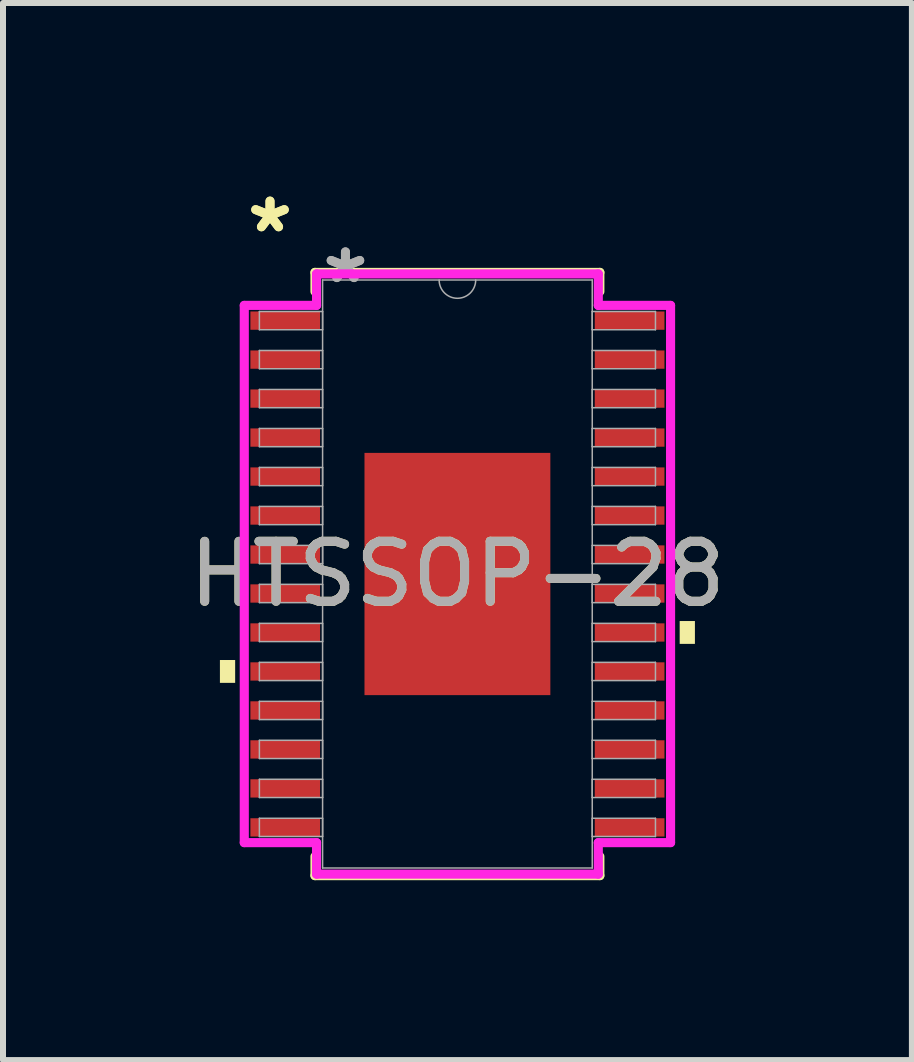
<source format=kicad_pcb>
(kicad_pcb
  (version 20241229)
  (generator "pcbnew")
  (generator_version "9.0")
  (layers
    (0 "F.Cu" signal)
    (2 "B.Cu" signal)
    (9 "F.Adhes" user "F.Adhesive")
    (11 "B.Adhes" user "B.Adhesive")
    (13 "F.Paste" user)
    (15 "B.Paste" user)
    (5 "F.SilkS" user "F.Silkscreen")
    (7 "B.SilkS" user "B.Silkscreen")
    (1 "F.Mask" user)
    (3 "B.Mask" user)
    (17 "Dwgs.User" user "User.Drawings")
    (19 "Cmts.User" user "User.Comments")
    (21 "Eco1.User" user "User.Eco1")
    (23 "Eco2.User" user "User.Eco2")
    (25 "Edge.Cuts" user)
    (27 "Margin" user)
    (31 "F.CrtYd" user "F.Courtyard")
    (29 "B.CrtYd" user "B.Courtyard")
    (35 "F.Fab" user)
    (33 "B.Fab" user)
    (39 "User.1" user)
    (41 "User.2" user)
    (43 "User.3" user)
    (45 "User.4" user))
  (footprint "HTSSOP-28"
    (layer "F.Cu")
    (at 4.577 6.521)
    (property "Reference" "HTSSOP-28" (at 0 0 0) (unlocked yes) (layer "F.SilkS") (effects (font (size 1 1) (thickness 0.15))))
    (attr smd)
    (fp_line (start -2.375 -5.029) (end -2.375 -4.71) (stroke (width 0.152) (type solid)) (layer "F.SilkS"))
    (fp_line (start -2.375 4.71) (end -2.375 5.029) (stroke (width 0.152) (type solid)) (layer "F.SilkS"))
    (fp_line (start -2.375 5.029) (end 2.375 5.029) (stroke (width 0.152) (type solid)) (layer "F.SilkS"))
    (fp_line (start 2.375 -5.029) (end -2.375 -5.029) (stroke (width 0.152) (type solid)) (layer "F.SilkS"))
    (fp_line (start 2.375 -4.71) (end 2.375 -5.029) (stroke (width 0.152) (type solid)) (layer "F.SilkS"))
    (fp_line (start 2.375 5.029) (end 2.375 4.71) (stroke (width 0.152) (type solid)) (layer "F.SilkS"))
    (fp_poly (pts (xy -3.96 1.434) (xy -3.96 1.815) (xy -3.706 1.815) (xy -3.706 1.434)) (stroke (width 0) (type solid)) (fill yes) (layer "F.SilkS"))
    (fp_poly (pts (xy 3.96 0.784) (xy 3.96 1.165) (xy 3.706 1.165) (xy 3.706 0.784)) (stroke (width 0) (type solid)) (fill yes) (layer "F.SilkS"))
    (fp_poly (pts (xy -1.449 -1.919) (xy -1.449 -0.773) (xy -0.1 -0.773) (xy -0.1 -1.919)) (stroke (width 0) (type solid)) (fill yes) (layer "F.Paste"))
    (fp_poly (pts (xy -1.449 -0.573) (xy -1.449 0.573) (xy -0.1 0.573) (xy -0.1 -0.573)) (stroke (width 0) (type solid)) (fill yes) (layer "F.Paste"))
    (fp_poly (pts (xy -1.449 0.773) (xy -1.449 1.919) (xy -0.1 1.919) (xy -0.1 0.773)) (stroke (width 0) (type solid)) (fill yes) (layer "F.Paste"))
    (fp_poly (pts (xy 0.1 -1.919) (xy 0.1 -0.773) (xy 1.449 -0.773) (xy 1.449 -1.919)) (stroke (width 0) (type solid)) (fill yes) (layer "F.Paste"))
    (fp_poly (pts (xy 0.1 -0.573) (xy 0.1 0.573) (xy 1.449 0.573) (xy 1.449 -0.573)) (stroke (width 0) (type solid)) (fill yes) (layer "F.Paste"))
    (fp_poly (pts (xy 0.1 0.773) (xy 0.1 1.919) (xy 1.449 1.919) (xy 1.449 0.773)) (stroke (width 0) (type solid)) (fill yes) (layer "F.Paste"))
    (fp_line (start -3.554 -4.479) (end -2.349 -4.479) (stroke (width 0.152) (type solid)) (layer "F.CrtYd"))
    (fp_line (start -3.554 4.479) (end -3.554 -4.479) (stroke (width 0.152) (type solid)) (layer "F.CrtYd"))
    (fp_line (start -3.554 4.479) (end -2.349 4.479) (stroke (width 0.152) (type solid)) (layer "F.CrtYd"))
    (fp_line (start -2.349 -5.004) (end 2.349 -5.004) (stroke (width 0.152) (type solid)) (layer "F.CrtYd"))
    (fp_line (start -2.349 -4.479) (end -2.349 -5.004) (stroke (width 0.152) (type solid)) (layer "F.CrtYd"))
    (fp_line (start -2.349 5.004) (end -2.349 4.479) (stroke (width 0.152) (type solid)) (layer "F.CrtYd"))
    (fp_line (start 2.349 -5.004) (end 2.349 -4.479) (stroke (width 0.152) (type solid)) (layer "F.CrtYd"))
    (fp_line (start 2.349 4.479) (end 2.349 5.004) (stroke (width 0.152) (type solid)) (layer "F.CrtYd"))
    (fp_line (start 2.349 5.004) (end -2.349 5.004) (stroke (width 0.152) (type solid)) (layer "F.CrtYd"))
    (fp_line (start 3.554 -4.479) (end 2.349 -4.479) (stroke (width 0.152) (type solid)) (layer "F.CrtYd"))
    (fp_line (start 3.554 -4.479) (end 3.554 4.479) (stroke (width 0.152) (type solid)) (layer "F.CrtYd"))
    (fp_line (start 3.554 4.479) (end 2.349 4.479) (stroke (width 0.152) (type solid)) (layer "F.CrtYd"))
    (fp_line (start -3.302 -4.377) (end -3.302 -4.073) (stroke (width 0.025) (type solid)) (layer "F.Fab"))
    (fp_line (start -3.302 -4.073) (end -2.248 -4.073) (stroke (width 0.025) (type solid)) (layer "F.Fab"))
    (fp_line (start -3.302 -3.727) (end -3.302 -3.423) (stroke (width 0.025) (type solid)) (layer "F.Fab"))
    (fp_line (start -3.302 -3.423) (end -2.248 -3.423) (stroke (width 0.025) (type solid)) (layer "F.Fab"))
    (fp_line (start -3.302 -3.077) (end -3.302 -2.773) (stroke (width 0.025) (type solid)) (layer "F.Fab"))
    (fp_line (start -3.302 -2.773) (end -2.248 -2.773) (stroke (width 0.025) (type solid)) (layer "F.Fab"))
    (fp_line (start -3.302 -2.427) (end -3.302 -2.123) (stroke (width 0.025) (type solid)) (layer "F.Fab"))
    (fp_line (start -3.302 -2.123) (end -2.248 -2.123) (stroke (width 0.025) (type solid)) (layer "F.Fab"))
    (fp_line (start -3.302 -1.777) (end -3.302 -1.473) (stroke (width 0.025) (type solid)) (layer "F.Fab"))
    (fp_line (start -3.302 -1.473) (end -2.248 -1.473) (stroke (width 0.025) (type solid)) (layer "F.Fab"))
    (fp_line (start -3.302 -1.127) (end -3.302 -0.823) (stroke (width 0.025) (type solid)) (layer "F.Fab"))
    (fp_line (start -3.302 -0.823) (end -2.248 -0.823) (stroke (width 0.025) (type solid)) (layer "F.Fab"))
    (fp_line (start -3.302 -0.477) (end -3.302 -0.173) (stroke (width 0.025) (type solid)) (layer "F.Fab"))
    (fp_line (start -3.302 -0.173) (end -2.248 -0.173) (stroke (width 0.025) (type solid)) (layer "F.Fab"))
    (fp_line (start -3.302 0.173) (end -3.302 0.477) (stroke (width 0.025) (type solid)) (layer "F.Fab"))
    (fp_line (start -3.302 0.477) (end -2.248 0.477) (stroke (width 0.025) (type solid)) (layer "F.Fab"))
    (fp_line (start -3.302 0.823) (end -3.302 1.127) (stroke (width 0.025) (type solid)) (layer "F.Fab"))
    (fp_line (start -3.302 1.127) (end -2.248 1.127) (stroke (width 0.025) (type solid)) (layer "F.Fab"))
    (fp_line (start -3.302 1.473) (end -3.302 1.777) (stroke (width 0.025) (type solid)) (layer "F.Fab"))
    (fp_line (start -3.302 1.777) (end -2.248 1.777) (stroke (width 0.025) (type solid)) (layer "F.Fab"))
    (fp_line (start -3.302 2.123) (end -3.302 2.427) (stroke (width 0.025) (type solid)) (layer "F.Fab"))
    (fp_line (start -3.302 2.427) (end -2.248 2.427) (stroke (width 0.025) (type solid)) (layer "F.Fab"))
    (fp_line (start -3.302 2.773) (end -3.302 3.077) (stroke (width 0.025) (type solid)) (layer "F.Fab"))
    (fp_line (start -3.302 3.077) (end -2.248 3.077) (stroke (width 0.025) (type solid)) (layer "F.Fab"))
    (fp_line (start -3.302 3.423) (end -3.302 3.727) (stroke (width 0.025) (type solid)) (layer "F.Fab"))
    (fp_line (start -3.302 3.727) (end -2.248 3.727) (stroke (width 0.025) (type solid)) (layer "F.Fab"))
    (fp_line (start -3.302 4.073) (end -3.302 4.377) (stroke (width 0.025) (type solid)) (layer "F.Fab"))
    (fp_line (start -3.302 4.377) (end -2.248 4.377) (stroke (width 0.025) (type solid)) (layer "F.Fab"))
    (fp_line (start -2.248 -4.902) (end -2.248 4.902) (stroke (width 0.025) (type solid)) (layer "F.Fab"))
    (fp_line (start -2.248 -4.377) (end -3.302 -4.377) (stroke (width 0.025) (type solid)) (layer "F.Fab"))
    (fp_line (start -2.248 -4.073) (end -2.248 -4.377) (stroke (width 0.025) (type solid)) (layer "F.Fab"))
    (fp_line (start -2.248 -3.727) (end -3.302 -3.727) (stroke (width 0.025) (type solid)) (layer "F.Fab"))
    (fp_line (start -2.248 -3.423) (end -2.248 -3.727) (stroke (width 0.025) (type solid)) (layer "F.Fab"))
    (fp_line (start -2.248 -3.077) (end -3.302 -3.077) (stroke (width 0.025) (type solid)) (layer "F.Fab"))
    (fp_line (start -2.248 -2.773) (end -2.248 -3.077) (stroke (width 0.025) (type solid)) (layer "F.Fab"))
    (fp_line (start -2.248 -2.427) (end -3.302 -2.427) (stroke (width 0.025) (type solid)) (layer "F.Fab"))
    (fp_line (start -2.248 -2.123) (end -2.248 -2.427) (stroke (width 0.025) (type solid)) (layer "F.Fab"))
    (fp_line (start -2.248 -1.777) (end -3.302 -1.777) (stroke (width 0.025) (type solid)) (layer "F.Fab"))
    (fp_line (start -2.248 -1.473) (end -2.248 -1.777) (stroke (width 0.025) (type solid)) (layer "F.Fab"))
    (fp_line (start -2.248 -1.127) (end -3.302 -1.127) (stroke (width 0.025) (type solid)) (layer "F.Fab"))
    (fp_line (start -2.248 -0.823) (end -2.248 -1.127) (stroke (width 0.025) (type solid)) (layer "F.Fab"))
    (fp_line (start -2.248 -0.477) (end -3.302 -0.477) (stroke (width 0.025) (type solid)) (layer "F.Fab"))
    (fp_line (start -2.248 -0.173) (end -2.248 -0.477) (stroke (width 0.025) (type solid)) (layer "F.Fab"))
    (fp_line (start -2.248 0.173) (end -3.302 0.173) (stroke (width 0.025) (type solid)) (layer "F.Fab"))
    (fp_line (start -2.248 0.477) (end -2.248 0.173) (stroke (width 0.025) (type solid)) (layer "F.Fab"))
    (fp_line (start -2.248 0.823) (end -3.302 0.823) (stroke (width 0.025) (type solid)) (layer "F.Fab"))
    (fp_line (start -2.248 1.127) (end -2.248 0.823) (stroke (width 0.025) (type solid)) (layer "F.Fab"))
    (fp_line (start -2.248 1.473) (end -3.302 1.473) (stroke (width 0.025) (type solid)) (layer "F.Fab"))
    (fp_line (start -2.248 1.777) (end -2.248 1.473) (stroke (width 0.025) (type solid)) (layer "F.Fab"))
    (fp_line (start -2.248 2.123) (end -3.302 2.123) (stroke (width 0.025) (type solid)) (layer "F.Fab"))
    (fp_line (start -2.248 2.427) (end -2.248 2.123) (stroke (width 0.025) (type solid)) (layer "F.Fab"))
    (fp_line (start -2.248 2.773) (end -3.302 2.773) (stroke (width 0.025) (type solid)) (layer "F.Fab"))
    (fp_line (start -2.248 3.077) (end -2.248 2.773) (stroke (width 0.025) (type solid)) (layer "F.Fab"))
    (fp_line (start -2.248 3.423) (end -3.302 3.423) (stroke (width 0.025) (type solid)) (layer "F.Fab"))
    (fp_line (start -2.248 3.727) (end -2.248 3.423) (stroke (width 0.025) (type solid)) (layer "F.Fab"))
    (fp_line (start -2.248 4.073) (end -3.302 4.073) (stroke (width 0.025) (type solid)) (layer "F.Fab"))
    (fp_line (start -2.248 4.377) (end -2.248 4.073) (stroke (width 0.025) (type solid)) (layer "F.Fab"))
    (fp_line (start -2.248 4.902) (end 2.248 4.902) (stroke (width 0.025) (type solid)) (layer "F.Fab"))
    (fp_line (start 2.248 -4.902) (end -2.248 -4.902) (stroke (width 0.025) (type solid)) (layer "F.Fab"))
    (fp_line (start 2.248 -4.377) (end 2.248 -4.073) (stroke (width 0.025) (type solid)) (layer "F.Fab"))
    (fp_line (start 2.248 -4.073) (end 3.302 -4.073) (stroke (width 0.025) (type solid)) (layer "F.Fab"))
    (fp_line (start 2.248 -3.727) (end 2.248 -3.423) (stroke (width 0.025) (type solid)) (layer "F.Fab"))
    (fp_line (start 2.248 -3.423) (end 3.302 -3.423) (stroke (width 0.025) (type solid)) (layer "F.Fab"))
    (fp_line (start 2.248 -3.077) (end 2.248 -2.773) (stroke (width 0.025) (type solid)) (layer "F.Fab"))
    (fp_line (start 2.248 -2.773) (end 3.302 -2.773) (stroke (width 0.025) (type solid)) (layer "F.Fab"))
    (fp_line (start 2.248 -2.427) (end 2.248 -2.123) (stroke (width 0.025) (type solid)) (layer "F.Fab"))
    (fp_line (start 2.248 -2.123) (end 3.302 -2.123) (stroke (width 0.025) (type solid)) (layer "F.Fab"))
    (fp_line (start 2.248 -1.777) (end 2.248 -1.473) (stroke (width 0.025) (type solid)) (layer "F.Fab"))
    (fp_line (start 2.248 -1.473) (end 3.302 -1.473) (stroke (width 0.025) (type solid)) (layer "F.Fab"))
    (fp_line (start 2.248 -1.127) (end 2.248 -0.823) (stroke (width 0.025) (type solid)) (layer "F.Fab"))
    (fp_line (start 2.248 -0.823) (end 3.302 -0.823) (stroke (width 0.025) (type solid)) (layer "F.Fab"))
    (fp_line (start 2.248 -0.477) (end 2.248 -0.173) (stroke (width 0.025) (type solid)) (layer "F.Fab"))
    (fp_line (start 2.248 -0.173) (end 3.302 -0.173) (stroke (width 0.025) (type solid)) (layer "F.Fab"))
    (fp_line (start 2.248 0.173) (end 2.248 0.477) (stroke (width 0.025) (type solid)) (layer "F.Fab"))
    (fp_line (start 2.248 0.477) (end 3.302 0.477) (stroke (width 0.025) (type solid)) (layer "F.Fab"))
    (fp_line (start 2.248 0.823) (end 2.248 1.127) (stroke (width 0.025) (type solid)) (layer "F.Fab"))
    (fp_line (start 2.248 1.127) (end 3.302 1.127) (stroke (width 0.025) (type solid)) (layer "F.Fab"))
    (fp_line (start 2.248 1.473) (end 2.248 1.777) (stroke (width 0.025) (type solid)) (layer "F.Fab"))
    (fp_line (start 2.248 1.777) (end 3.302 1.777) (stroke (width 0.025) (type solid)) (layer "F.Fab"))
    (fp_line (start 2.248 2.123) (end 2.248 2.427) (stroke (width 0.025) (type solid)) (layer "F.Fab"))
    (fp_line (start 2.248 2.427) (end 3.302 2.427) (stroke (width 0.025) (type solid)) (layer "F.Fab"))
    (fp_line (start 2.248 2.773) (end 2.248 3.077) (stroke (width 0.025) (type solid)) (layer "F.Fab"))
    (fp_line (start 2.248 3.077) (end 3.302 3.077) (stroke (width 0.025) (type solid)) (layer "F.Fab"))
    (fp_line (start 2.248 3.423) (end 2.248 3.727) (stroke (width 0.025) (type solid)) (layer "F.Fab"))
    (fp_line (start 2.248 3.727) (end 3.302 3.727) (stroke (width 0.025) (type solid)) (layer "F.Fab"))
    (fp_line (start 2.248 4.073) (end 2.248 4.377) (stroke (width 0.025) (type solid)) (layer "F.Fab"))
    (fp_line (start 2.248 4.377) (end 3.302 4.377) (stroke (width 0.025) (type solid)) (layer "F.Fab"))
    (fp_line (start 2.248 4.902) (end 2.248 -4.902) (stroke (width 0.025) (type solid)) (layer "F.Fab"))
    (fp_line (start 3.302 -4.377) (end 2.248 -4.377) (stroke (width 0.025) (type solid)) (layer "F.Fab"))
    (fp_line (start 3.302 -4.073) (end 3.302 -4.377) (stroke (width 0.025) (type solid)) (layer "F.Fab"))
    (fp_line (start 3.302 -3.727) (end 2.248 -3.727) (stroke (width 0.025) (type solid)) (layer "F.Fab"))
    (fp_line (start 3.302 -3.423) (end 3.302 -3.727) (stroke (width 0.025) (type solid)) (layer "F.Fab"))
    (fp_line (start 3.302 -3.077) (end 2.248 -3.077) (stroke (width 0.025) (type solid)) (layer "F.Fab"))
    (fp_line (start 3.302 -2.773) (end 3.302 -3.077) (stroke (width 0.025) (type solid)) (layer "F.Fab"))
    (fp_line (start 3.302 -2.427) (end 2.248 -2.427) (stroke (width 0.025) (type solid)) (layer "F.Fab"))
    (fp_line (start 3.302 -2.123) (end 3.302 -2.427) (stroke (width 0.025) (type solid)) (layer "F.Fab"))
    (fp_line (start 3.302 -1.777) (end 2.248 -1.777) (stroke (width 0.025) (type solid)) (layer "F.Fab"))
    (fp_line (start 3.302 -1.473) (end 3.302 -1.777) (stroke (width 0.025) (type solid)) (layer "F.Fab"))
    (fp_line (start 3.302 -1.127) (end 2.248 -1.127) (stroke (width 0.025) (type solid)) (layer "F.Fab"))
    (fp_line (start 3.302 -0.823) (end 3.302 -1.127) (stroke (width 0.025) (type solid)) (layer "F.Fab"))
    (fp_line (start 3.302 -0.477) (end 2.248 -0.477) (stroke (width 0.025) (type solid)) (layer "F.Fab"))
    (fp_line (start 3.302 -0.173) (end 3.302 -0.477) (stroke (width 0.025) (type solid)) (layer "F.Fab"))
    (fp_line (start 3.302 0.173) (end 2.248 0.173) (stroke (width 0.025) (type solid)) (layer "F.Fab"))
    (fp_line (start 3.302 0.477) (end 3.302 0.173) (stroke (width 0.025) (type solid)) (layer "F.Fab"))
    (fp_line (start 3.302 0.823) (end 2.248 0.823) (stroke (width 0.025) (type solid)) (layer "F.Fab"))
    (fp_line (start 3.302 1.127) (end 3.302 0.823) (stroke (width 0.025) (type solid)) (layer "F.Fab"))
    (fp_line (start 3.302 1.473) (end 2.248 1.473) (stroke (width 0.025) (type solid)) (layer "F.Fab"))
    (fp_line (start 3.302 1.777) (end 3.302 1.473) (stroke (width 0.025) (type solid)) (layer "F.Fab"))
    (fp_line (start 3.302 2.123) (end 2.248 2.123) (stroke (width 0.025) (type solid)) (layer "F.Fab"))
    (fp_line (start 3.302 2.427) (end 3.302 2.123) (stroke (width 0.025) (type solid)) (layer "F.Fab"))
    (fp_line (start 3.302 2.773) (end 2.248 2.773) (stroke (width 0.025) (type solid)) (layer "F.Fab"))
    (fp_line (start 3.302 3.077) (end 3.302 2.773) (stroke (width 0.025) (type solid)) (layer "F.Fab"))
    (fp_line (start 3.302 3.423) (end 2.248 3.423) (stroke (width 0.025) (type solid)) (layer "F.Fab"))
    (fp_line (start 3.302 3.727) (end 3.302 3.423) (stroke (width 0.025) (type solid)) (layer "F.Fab"))
    (fp_line (start 3.302 4.073) (end 2.248 4.073) (stroke (width 0.025) (type solid)) (layer "F.Fab"))
    (fp_line (start 3.302 4.377) (end 3.302 4.073) (stroke (width 0.025) (type solid)) (layer "F.Fab"))
    (fp_arc (start 0.3048 -4.9022) (mid 0 -4.5974) (end -0.3048 -4.9022) (stroke (width 0.0254) (type solid)) (layer "F.Fab"))
    (fp_text user "*" (at -3.125 -5.673 0) (unlocked yes) (layer "F.SilkS") (effects (font (size 1 1) (thickness 0.15))))
    (fp_text user "*" (at -3.125 -5.673 0) (layer "F.SilkS") (effects (font (size 1 1) (thickness 0.15))))
    (fp_text user "*" (at -1.867 -4.826 0) (layer "F.Fab") (effects (font (size 1 1) (thickness 0.15))))
    (fp_text user "${REFERENCE}" (at 0 0 0) (unlocked yes) (layer "F.Fab") (effects (font (size 1 1) (thickness 0.15))))
    (fp_text user "*" (at -1.867 -4.826 0) (unlocked yes) (layer "F.Fab") (effects (font (size 1 1) (thickness 0.15))))
    (pad "1" smd rect (at -2.871 -4.225) (size 1.162 0.305) (layers "F.Cu" "F.Mask" "F.Paste"))
    (pad "2" smd rect (at -2.871 -3.575) (size 1.162 0.305) (layers "F.Cu" "F.Mask" "F.Paste"))
    (pad "3" smd rect (at -2.871 -2.925) (size 1.162 0.305) (layers "F.Cu" "F.Mask" "F.Paste"))
    (pad "4" smd rect (at -2.871 -2.275) (size 1.162 0.305) (layers "F.Cu" "F.Mask" "F.Paste"))
    (pad "5" smd rect (at -2.871 -1.625) (size 1.162 0.305) (layers "F.Cu" "F.Mask" "F.Paste"))
    (pad "6" smd rect (at -2.871 -0.975) (size 1.162 0.305) (layers "F.Cu" "F.Mask" "F.Paste"))
    (pad "7" smd rect (at -2.871 -0.325) (size 1.162 0.305) (layers "F.Cu" "F.Mask" "F.Paste"))
    (pad "8" smd rect (at -2.871 0.325) (size 1.162 0.305) (layers "F.Cu" "F.Mask" "F.Paste"))
    (pad "9" smd rect (at -2.871 0.975) (size 1.162 0.305) (layers "F.Cu" "F.Mask" "F.Paste"))
    (pad "10" smd rect (at -2.871 1.625) (size 1.162 0.305) (layers "F.Cu" "F.Mask" "F.Paste"))
    (pad "11" smd rect (at -2.871 2.275) (size 1.162 0.305) (layers "F.Cu" "F.Mask" "F.Paste"))
    (pad "12" smd rect (at -2.871 2.925) (size 1.162 0.305) (layers "F.Cu" "F.Mask" "F.Paste"))
    (pad "13" smd rect (at -2.871 3.575) (size 1.162 0.305) (layers "F.Cu" "F.Mask" "F.Paste"))
    (pad "14" smd rect (at -2.871 4.225) (size 1.162 0.305) (layers "F.Cu" "F.Mask" "F.Paste"))
    (pad "15" smd rect (at 2.871 4.225) (size 1.162 0.305) (layers "F.Cu" "F.Mask" "F.Paste"))
    (pad "16" smd rect (at 2.871 3.575) (size 1.162 0.305) (layers "F.Cu" "F.Mask" "F.Paste"))
    (pad "17" smd rect (at 2.871 2.925) (size 1.162 0.305) (layers "F.Cu" "F.Mask" "F.Paste"))
    (pad "18" smd rect (at 2.871 2.275) (size 1.162 0.305) (layers "F.Cu" "F.Mask" "F.Paste"))
    (pad "19" smd rect (at 2.871 1.625) (size 1.162 0.305) (layers "F.Cu" "F.Mask" "F.Paste"))
    (pad "20" smd rect (at 2.871 0.975) (size 1.162 0.305) (layers "F.Cu" "F.Mask" "F.Paste"))
    (pad "21" smd rect (at 2.871 0.325) (size 1.162 0.305) (layers "F.Cu" "F.Mask" "F.Paste"))
    (pad "22" smd rect (at 2.871 -0.325) (size 1.162 0.305) (layers "F.Cu" "F.Mask" "F.Paste"))
    (pad "23" smd rect (at 2.871 -0.975) (size 1.162 0.305) (layers "F.Cu" "F.Mask" "F.Paste"))
    (pad "24" smd rect (at 2.871 -1.625) (size 1.162 0.305) (layers "F.Cu" "F.Mask" "F.Paste"))
    (pad "25" smd rect (at 2.871 -2.275) (size 1.162 0.305) (layers "F.Cu" "F.Mask" "F.Paste"))
    (pad "26" smd rect (at 2.871 -2.925) (size 1.162 0.305) (layers "F.Cu" "F.Mask" "F.Paste"))
    (pad "27" smd rect (at 2.871 -3.575) (size 1.162 0.305) (layers "F.Cu" "F.Mask" "F.Paste"))
    (pad "28" smd rect (at 2.871 -4.225) (size 1.162 0.305) (layers "F.Cu" "F.Mask" "F.Paste"))
    (pad "EPAD" smd rect (at 0 0) (size 3.099 4.039) (layers "F.Cu" "F.Mask")))
  (gr_rect
    (start -3 -3)
    (end 12.155 14.626)
    (stroke (width 0.1) (type default))
    (fill no)
    (layer "Edge.Cuts")))
</source>
